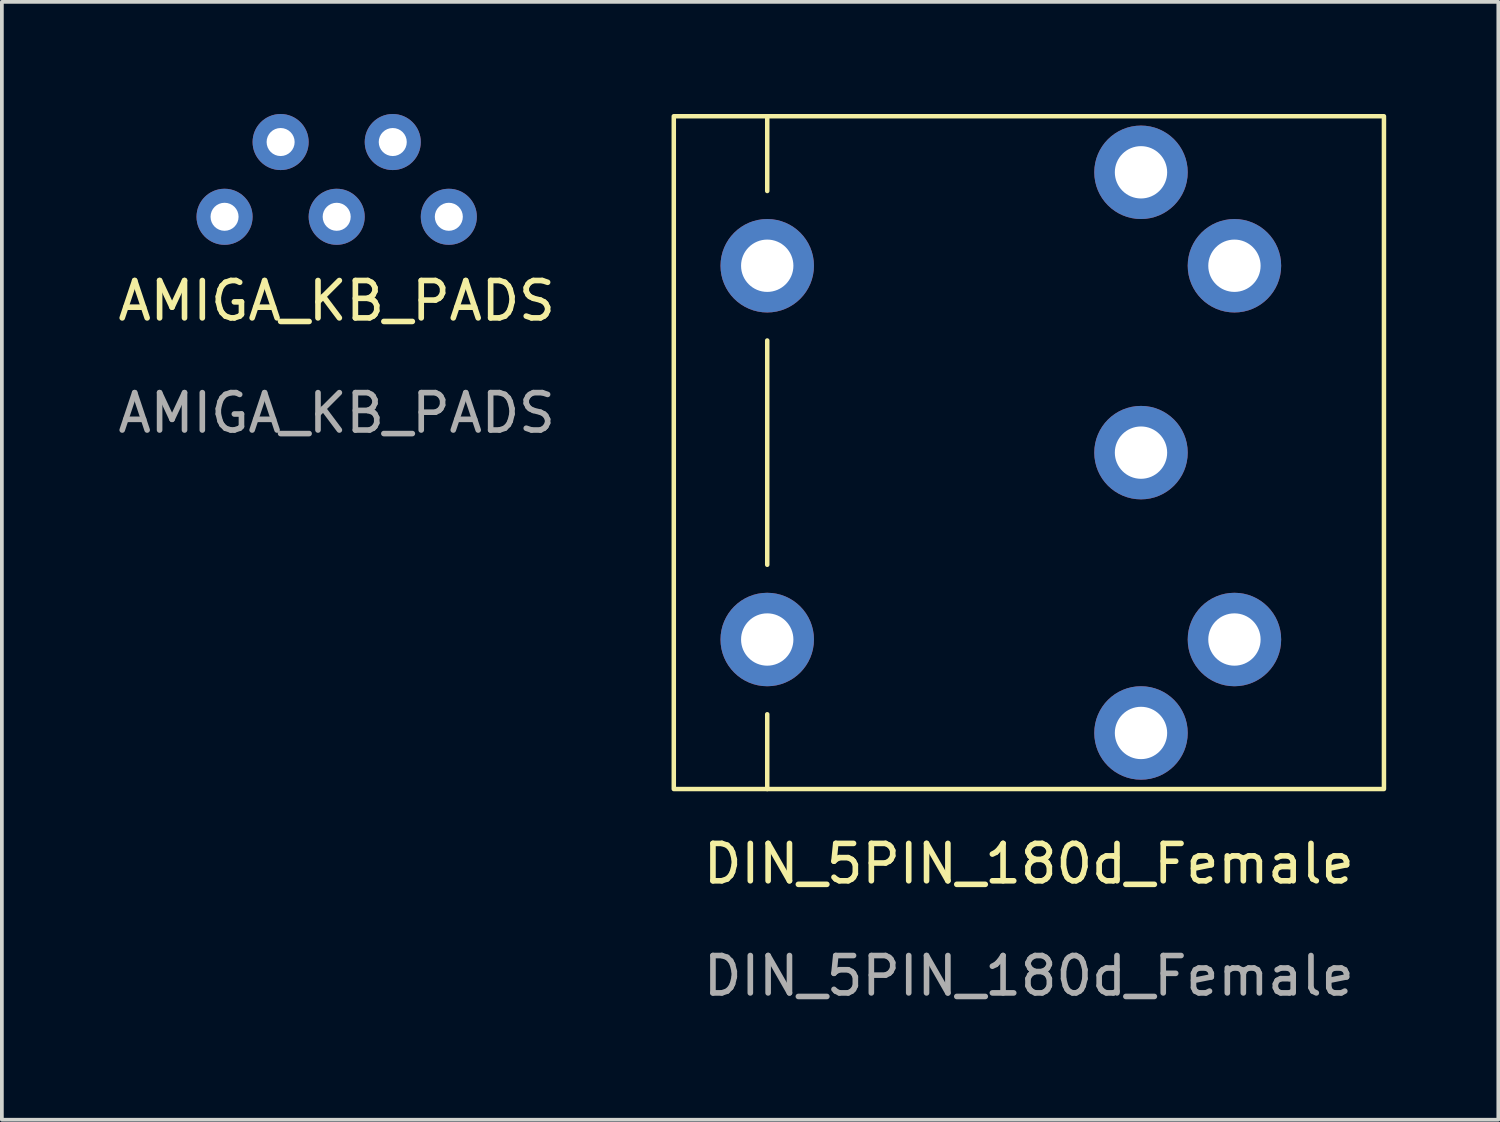
<source format=kicad_pcb>
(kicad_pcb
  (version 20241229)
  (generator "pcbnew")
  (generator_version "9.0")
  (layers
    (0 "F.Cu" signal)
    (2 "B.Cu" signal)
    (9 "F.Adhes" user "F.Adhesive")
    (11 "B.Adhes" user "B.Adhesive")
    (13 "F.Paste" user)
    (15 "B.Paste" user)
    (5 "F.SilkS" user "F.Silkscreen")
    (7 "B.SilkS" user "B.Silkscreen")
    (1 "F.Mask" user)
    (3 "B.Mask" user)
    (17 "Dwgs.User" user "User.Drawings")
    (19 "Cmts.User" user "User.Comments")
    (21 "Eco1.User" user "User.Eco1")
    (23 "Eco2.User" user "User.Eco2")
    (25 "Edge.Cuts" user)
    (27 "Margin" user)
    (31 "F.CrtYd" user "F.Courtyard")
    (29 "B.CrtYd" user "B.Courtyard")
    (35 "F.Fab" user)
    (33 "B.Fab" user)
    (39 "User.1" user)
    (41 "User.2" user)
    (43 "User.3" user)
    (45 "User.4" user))
  (footprint "DIN_5PIN_180d_Female"
    (layer "F.Cu")
    (at 24.477 9.06)
    (property "Reference" "DIN_5PIN_180d_Female" (at 0 11 0) (unlocked yes) (layer "F.SilkS") (effects (font (size 1 1) (thickness 0.15))))
    (attr through_hole)
    (fp_line (start -7 -9) (end -7 -7) (stroke (width 0.12) (type solid)) (layer "F.SilkS"))
    (fp_line (start -7 -3) (end -7 3) (stroke (width 0.12) (type solid)) (layer "F.SilkS"))
    (fp_line (start -7 7) (end -7 9) (stroke (width 0.12) (type solid)) (layer "F.SilkS"))
    (fp_rect (start -9.5 9) (end 9.5 -9) (stroke (width 0.12) (type solid)) (fill no) (layer "F.SilkS"))
    (fp_text user "${REFERENCE}" (at 0 14 0) (unlocked yes) (layer "F.Fab") (effects (font (size 1 1) (thickness 0.15))))
    (pad "1" thru_hole circle (at 3 7.5) (size 2.5 2.5) (drill 1.4) (layers "*.Cu" "*.Mask"))
    (pad "2" thru_hole circle (at 3 0) (size 2.5 2.5) (drill 1.4) (layers "*.Cu" "*.Mask"))
    (pad "3" thru_hole circle (at 3 -7.5) (size 2.5 2.5) (drill 1.4) (layers "*.Cu" "*.Mask"))
    (pad "4" thru_hole circle (at 5.5 5) (size 2.5 2.5) (drill 1.4) (layers "*.Cu" "*.Mask"))
    (pad "5" thru_hole circle (at 5.5 -5) (size 2.5 2.5) (drill 1.4) (layers "*.Cu" "*.Mask"))
    (pad "6" thru_hole circle (at -7 -5) (size 2.5 2.5) (drill 1.4) (layers "*.Cu" "*.Mask"))
    (pad "6" thru_hole circle (at -7 5) (size 2.5 2.5) (drill 1.4) (layers "*.Cu" "*.Mask")))
  (footprint "AMIGA_KB_PADS"
    (layer "F.Cu")
    (at 5.958 2)
    (property "Reference" "AMIGA_KB_PADS" (at 0 3 0) (unlocked yes) (layer "F.SilkS") (effects (font (size 1 1) (thickness 0.15))))
    (attr through_hole)
    (fp_text user "${REFERENCE}" (at 0 6 0) (unlocked yes) (layer "F.Fab") (effects (font (size 1 1) (thickness 0.15))))
    (pad "1" thru_hole circle (at -3 0.75) (size 1.5 1.5) (drill 0.75) (layers "*.Cu" "*.Mask"))
    (pad "2" thru_hole circle (at -1.5 -1.25) (size 1.5 1.5) (drill 0.75) (layers "*.Cu" "*.Mask"))
    (pad "3" thru_hole circle (at 0 0.75) (size 1.5 1.5) (drill 0.75) (layers "*.Cu" "*.Mask"))
    (pad "4" thru_hole circle (at 1.5 -1.25) (size 1.5 1.5) (drill 0.75) (layers "*.Cu" "*.Mask"))
    (pad "5" thru_hole circle (at 3 0.75) (size 1.5 1.5) (drill 0.75) (layers "*.Cu" "*.Mask")))
  (gr_rect
    (start -3 -3)
    (end 37.037 26.908)
    (stroke (width 0.1) (type default))
    (fill no)
    (layer "Edge.Cuts")))
</source>
